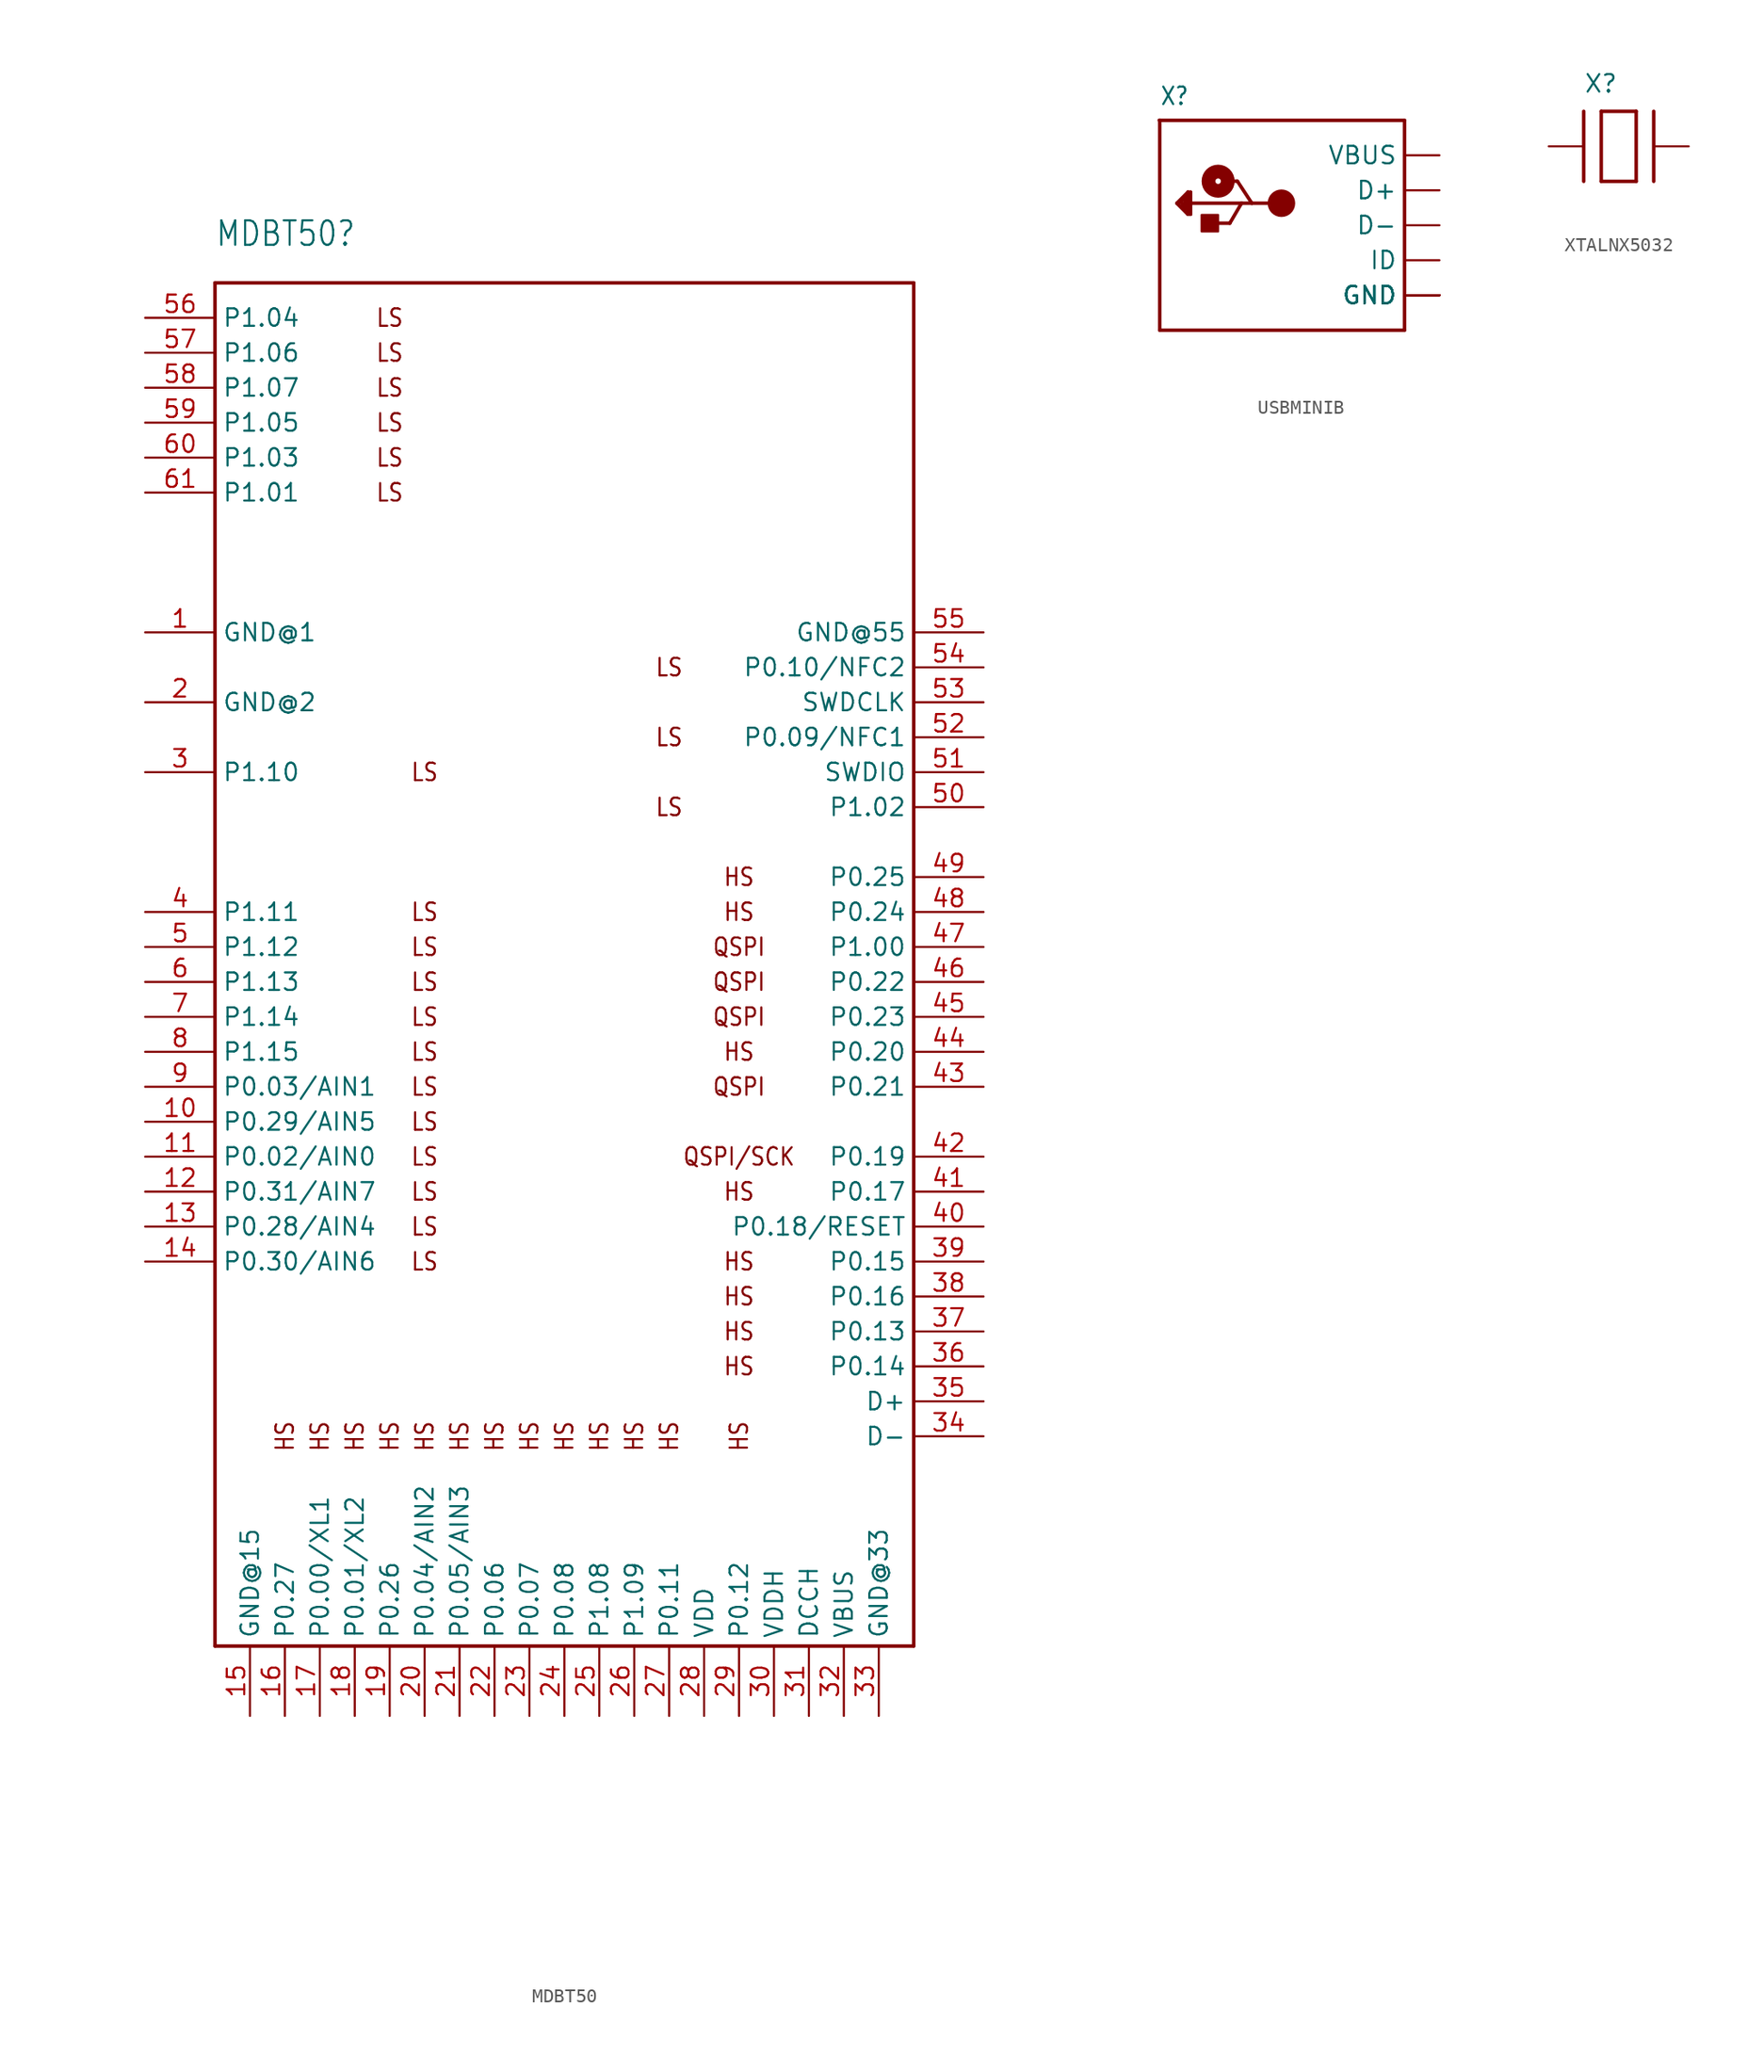
<source format=kicad_sym>
(kicad_symbol_lib
  (version 20220914)
  (generator kicad_symbol_editor)
  (symbol "MDBT50"
    (property "Reference" "MDBT50"
      (at -25.4 50.8 0)
      (effects (font (size 1.778 1.511)) (justify left bottom)))
    (property "Value" ""
      (at -25.4 -63.5 0)
      (effects (font (size 1.778 1.511)) (justify left bottom)))
    (property "ki_locked" ""
      (at 0 0 0)
      (effects (font (size 1.27 1.27))))
    (symbol "MDBT50_1_0"
      (polyline (pts (xy -25.4 -50.8) (xy 25.4 -50.8)) (stroke (width 0.254) (type solid)) (fill (type none)))
      (polyline (pts (xy -25.4 48.26) (xy -25.4 -50.8)) (stroke (width 0.254) (type solid)) (fill (type none)))
      (polyline (pts (xy 25.4 -50.8) (xy 25.4 48.26)) (stroke (width 0.254) (type solid)) (fill (type none)))
      (polyline (pts (xy 25.4 48.26) (xy -25.4 48.26)) (stroke (width 0.254) (type solid)) (fill (type none)))
      (text "HS" (at -20.32 -35.56 900) (effects (font (size 1.27 1.079))))
      (text "HS" (at -17.78 -35.56 900) (effects (font (size 1.27 1.079))))
      (text "HS" (at -15.24 -35.56 900) (effects (font (size 1.27 1.079))))
      (text "HS" (at -12.7 -35.56 900) (effects (font (size 1.27 1.079))))
      (text "HS" (at -10.16 -35.56 900) (effects (font (size 1.27 1.079))))
      (text "HS" (at -7.62 -35.56 900) (effects (font (size 1.27 1.079))))
      (text "HS" (at -5.08 -35.56 900) (effects (font (size 1.27 1.079))))
      (text "HS" (at -2.54 -35.56 900) (effects (font (size 1.27 1.079))))
      (text "HS" (at 0 -35.56 900) (effects (font (size 1.27 1.079))))
      (text "HS" (at 2.54 -35.56 900) (effects (font (size 1.27 1.079))))
      (text "HS" (at 5.08 -35.56 900) (effects (font (size 1.27 1.079))))
      (text "HS" (at 7.62 -35.56 900) (effects (font (size 1.27 1.079))))
      (text "HS" (at 12.7 -35.56 900) (effects (font (size 1.27 1.079))))
      (text "HS" (at 12.7 -30.48 0) (effects (font (size 1.27 1.079))))
      (text "HS" (at 12.7 -27.94 0) (effects (font (size 1.27 1.079))))
      (text "HS" (at 12.7 -25.4 0) (effects (font (size 1.27 1.079))))
      (text "HS" (at 12.7 -22.86 0) (effects (font (size 1.27 1.079))))
      (text "HS" (at 12.7 -17.78 0) (effects (font (size 1.27 1.079))))
      (text "HS" (at 12.7 -7.62 0) (effects (font (size 1.27 1.079))))
      (text "HS" (at 12.7 2.54 0) (effects (font (size 1.27 1.079))))
      (text "HS" (at 12.7 5.08 0) (effects (font (size 1.27 1.079))))
      (text "LS" (at -12.7 33.02 0) (effects (font (size 1.27 1.079))))
      (text "LS" (at -12.7 35.56 0) (effects (font (size 1.27 1.079))))
      (text "LS" (at -12.7 38.1 0) (effects (font (size 1.27 1.079))))
      (text "LS" (at -12.7 40.64 0) (effects (font (size 1.27 1.079))))
      (text "LS" (at -12.7 43.18 0) (effects (font (size 1.27 1.079))))
      (text "LS" (at -12.7 45.72 0) (effects (font (size 1.27 1.079))))
      (text "LS" (at -10.16 -22.86 0) (effects (font (size 1.27 1.079))))
      (text "LS" (at -10.16 -20.32 0) (effects (font (size 1.27 1.079))))
      (text "LS" (at -10.16 -17.78 0) (effects (font (size 1.27 1.079))))
      (text "LS" (at -10.16 -15.24 0) (effects (font (size 1.27 1.079))))
      (text "LS" (at -10.16 -12.7 0) (effects (font (size 1.27 1.079))))
      (text "LS" (at -10.16 -10.16 0) (effects (font (size 1.27 1.079))))
      (text "LS" (at -10.16 -7.62 0) (effects (font (size 1.27 1.079))))
      (text "LS" (at -10.16 -5.08 0) (effects (font (size 1.27 1.079))))
      (text "LS" (at -10.16 -2.54 0) (effects (font (size 1.27 1.079))))
      (text "LS" (at -10.16 0 0) (effects (font (size 1.27 1.079))))
      (text "LS" (at -10.16 2.54 0) (effects (font (size 1.27 1.079))))
      (text "LS" (at -10.16 12.7 0) (effects (font (size 1.27 1.079))))
      (text "LS" (at 7.62 10.16 0) (effects (font (size 1.27 1.079))))
      (text "LS" (at 7.62 15.24 0) (effects (font (size 1.27 1.079))))
      (text "LS" (at 7.62 20.32 0) (effects (font (size 1.27 1.079))))
      (text "QSPI" (at 12.7 -10.16 0) (effects (font (size 1.27 1.079))))
      (text "QSPI" (at 12.7 -5.08 0) (effects (font (size 1.27 1.079))))
      (text "QSPI" (at 12.7 -2.54 0) (effects (font (size 1.27 1.079))))
      (text "QSPI" (at 12.7 0 0) (effects (font (size 1.27 1.079))))
      (text "QSPI/SCK" (at 12.7 -15.24 0) (effects (font (size 1.27 1.079))))
      (pin bidirectional line (at -30.48 22.86 0) (length 5.08) (name "GND@1" (effects (font (size 1.27 1.27)))) (number "1" (effects (font (size 1.27 1.27)))))
      (pin bidirectional line (at -30.48 -12.7 0) (length 5.08) (name "P0.29/AIN5" (effects (font (size 1.27 1.27)))) (number "10" (effects (font (size 1.27 1.27)))))
      (pin bidirectional line (at -30.48 -15.24 0) (length 5.08) (name "P0.02/AIN0" (effects (font (size 1.27 1.27)))) (number "11" (effects (font (size 1.27 1.27)))))
      (pin bidirectional line (at -30.48 -17.78 0) (length 5.08) (name "P0.31/AIN7" (effects (font (size 1.27 1.27)))) (number "12" (effects (font (size 1.27 1.27)))))
      (pin bidirectional line (at -30.48 -20.32 0) (length 5.08) (name "P0.28/AIN4" (effects (font (size 1.27 1.27)))) (number "13" (effects (font (size 1.27 1.27)))))
      (pin bidirectional line (at -30.48 -22.86 0) (length 5.08) (name "P0.30/AIN6" (effects (font (size 1.27 1.27)))) (number "14" (effects (font (size 1.27 1.27)))))
      (pin bidirectional line (at -22.86 -55.88 90) (length 5.08) (name "GND@15" (effects (font (size 1.27 1.27)))) (number "15" (effects (font (size 1.27 1.27)))))
      (pin bidirectional line (at -20.32 -55.88 90) (length 5.08) (name "P0.27" (effects (font (size 1.27 1.27)))) (number "16" (effects (font (size 1.27 1.27)))))
      (pin bidirectional line (at -17.78 -55.88 90) (length 5.08) (name "P0.00/XL1" (effects (font (size 1.27 1.27)))) (number "17" (effects (font (size 1.27 1.27)))))
      (pin bidirectional line (at -15.24 -55.88 90) (length 5.08) (name "P0.01/XL2" (effects (font (size 1.27 1.27)))) (number "18" (effects (font (size 1.27 1.27)))))
      (pin bidirectional line (at -12.7 -55.88 90) (length 5.08) (name "P0.26" (effects (font (size 1.27 1.27)))) (number "19" (effects (font (size 1.27 1.27)))))
      (pin bidirectional line (at -30.48 17.78 0) (length 5.08) (name "GND@2" (effects (font (size 1.27 1.27)))) (number "2" (effects (font (size 1.27 1.27)))))
      (pin bidirectional line (at -10.16 -55.88 90) (length 5.08) (name "P0.04/AIN2" (effects (font (size 1.27 1.27)))) (number "20" (effects (font (size 1.27 1.27)))))
      (pin bidirectional line (at -7.62 -55.88 90) (length 5.08) (name "P0.05/AIN3" (effects (font (size 1.27 1.27)))) (number "21" (effects (font (size 1.27 1.27)))))
      (pin bidirectional line (at -5.08 -55.88 90) (length 5.08) (name "P0.06" (effects (font (size 1.27 1.27)))) (number "22" (effects (font (size 1.27 1.27)))))
      (pin bidirectional line (at -2.54 -55.88 90) (length 5.08) (name "P0.07" (effects (font (size 1.27 1.27)))) (number "23" (effects (font (size 1.27 1.27)))))
      (pin bidirectional line (at 0 -55.88 90) (length 5.08) (name "P0.08" (effects (font (size 1.27 1.27)))) (number "24" (effects (font (size 1.27 1.27)))))
      (pin bidirectional line (at 2.54 -55.88 90) (length 5.08) (name "P1.08" (effects (font (size 1.27 1.27)))) (number "25" (effects (font (size 1.27 1.27)))))
      (pin bidirectional line (at 5.08 -55.88 90) (length 5.08) (name "P1.09" (effects (font (size 1.27 1.27)))) (number "26" (effects (font (size 1.27 1.27)))))
      (pin bidirectional line (at 7.62 -55.88 90) (length 5.08) (name "P0.11" (effects (font (size 1.27 1.27)))) (number "27" (effects (font (size 1.27 1.27)))))
      (pin bidirectional line (at 10.16 -55.88 90) (length 5.08) (name "VDD" (effects (font (size 1.27 1.27)))) (number "28" (effects (font (size 1.27 1.27)))))
      (pin bidirectional line (at 12.7 -55.88 90) (length 5.08) (name "P0.12" (effects (font (size 1.27 1.27)))) (number "29" (effects (font (size 1.27 1.27)))))
      (pin bidirectional line (at -30.48 12.7 0) (length 5.08) (name "P1.10" (effects (font (size 1.27 1.27)))) (number "3" (effects (font (size 1.27 1.27)))))
      (pin bidirectional line (at 15.24 -55.88 90) (length 5.08) (name "VDDH" (effects (font (size 1.27 1.27)))) (number "30" (effects (font (size 1.27 1.27)))))
      (pin bidirectional line (at 17.78 -55.88 90) (length 5.08) (name "DCCH" (effects (font (size 1.27 1.27)))) (number "31" (effects (font (size 1.27 1.27)))))
      (pin bidirectional line (at 20.32 -55.88 90) (length 5.08) (name "VBUS" (effects (font (size 1.27 1.27)))) (number "32" (effects (font (size 1.27 1.27)))))
      (pin bidirectional line (at 22.86 -55.88 90) (length 5.08) (name "GND@33" (effects (font (size 1.27 1.27)))) (number "33" (effects (font (size 1.27 1.27)))))
      (pin bidirectional line (at 30.48 -35.56 180) (length 5.08) (name "D-" (effects (font (size 1.27 1.27)))) (number "34" (effects (font (size 1.27 1.27)))))
      (pin bidirectional line (at 30.48 -33.02 180) (length 5.08) (name "D+" (effects (font (size 1.27 1.27)))) (number "35" (effects (font (size 1.27 1.27)))))
      (pin bidirectional line (at 30.48 -30.48 180) (length 5.08) (name "P0.14" (effects (font (size 1.27 1.27)))) (number "36" (effects (font (size 1.27 1.27)))))
      (pin bidirectional line (at 30.48 -27.94 180) (length 5.08) (name "P0.13" (effects (font (size 1.27 1.27)))) (number "37" (effects (font (size 1.27 1.27)))))
      (pin bidirectional line (at 30.48 -25.4 180) (length 5.08) (name "P0.16" (effects (font (size 1.27 1.27)))) (number "38" (effects (font (size 1.27 1.27)))))
      (pin bidirectional line (at 30.48 -22.86 180) (length 5.08) (name "P0.15" (effects (font (size 1.27 1.27)))) (number "39" (effects (font (size 1.27 1.27)))))
      (pin bidirectional line (at -30.48 2.54 0) (length 5.08) (name "P1.11" (effects (font (size 1.27 1.27)))) (number "4" (effects (font (size 1.27 1.27)))))
      (pin bidirectional line (at 30.48 -20.32 180) (length 5.08) (name "P0.18/RESET" (effects (font (size 1.27 1.27)))) (number "40" (effects (font (size 1.27 1.27)))))
      (pin bidirectional line (at 30.48 -17.78 180) (length 5.08) (name "P0.17" (effects (font (size 1.27 1.27)))) (number "41" (effects (font (size 1.27 1.27)))))
      (pin bidirectional line (at 30.48 -15.24 180) (length 5.08) (name "P0.19" (effects (font (size 1.27 1.27)))) (number "42" (effects (font (size 1.27 1.27)))))
      (pin bidirectional line (at 30.48 -10.16 180) (length 5.08) (name "P0.21" (effects (font (size 1.27 1.27)))) (number "43" (effects (font (size 1.27 1.27)))))
      (pin bidirectional line (at 30.48 -7.62 180) (length 5.08) (name "P0.20" (effects (font (size 1.27 1.27)))) (number "44" (effects (font (size 1.27 1.27)))))
      (pin bidirectional line (at 30.48 -5.08 180) (length 5.08) (name "P0.23" (effects (font (size 1.27 1.27)))) (number "45" (effects (font (size 1.27 1.27)))))
      (pin bidirectional line (at 30.48 -2.54 180) (length 5.08) (name "P0.22" (effects (font (size 1.27 1.27)))) (number "46" (effects (font (size 1.27 1.27)))))
      (pin bidirectional line (at 30.48 0 180) (length 5.08) (name "P1.00" (effects (font (size 1.27 1.27)))) (number "47" (effects (font (size 1.27 1.27)))))
      (pin bidirectional line (at 30.48 2.54 180) (length 5.08) (name "P0.24" (effects (font (size 1.27 1.27)))) (number "48" (effects (font (size 1.27 1.27)))))
      (pin bidirectional line (at 30.48 5.08 180) (length 5.08) (name "P0.25" (effects (font (size 1.27 1.27)))) (number "49" (effects (font (size 1.27 1.27)))))
      (pin bidirectional line (at -30.48 0 0) (length 5.08) (name "P1.12" (effects (font (size 1.27 1.27)))) (number "5" (effects (font (size 1.27 1.27)))))
      (pin bidirectional line (at 30.48 10.16 180) (length 5.08) (name "P1.02" (effects (font (size 1.27 1.27)))) (number "50" (effects (font (size 1.27 1.27)))))
      (pin bidirectional line (at 30.48 12.7 180) (length 5.08) (name "SWDIO" (effects (font (size 1.27 1.27)))) (number "51" (effects (font (size 1.27 1.27)))))
      (pin bidirectional line (at 30.48 15.24 180) (length 5.08) (name "P0.09/NFC1" (effects (font (size 1.27 1.27)))) (number "52" (effects (font (size 1.27 1.27)))))
      (pin bidirectional line (at 30.48 17.78 180) (length 5.08) (name "SWDCLK" (effects (font (size 1.27 1.27)))) (number "53" (effects (font (size 1.27 1.27)))))
      (pin bidirectional line (at 30.48 20.32 180) (length 5.08) (name "P0.10/NFC2" (effects (font (size 1.27 1.27)))) (number "54" (effects (font (size 1.27 1.27)))))
      (pin bidirectional line (at 30.48 22.86 180) (length 5.08) (name "GND@55" (effects (font (size 1.27 1.27)))) (number "55" (effects (font (size 1.27 1.27)))))
      (pin bidirectional line (at -30.48 45.72 0) (length 5.08) (name "P1.04" (effects (font (size 1.27 1.27)))) (number "56" (effects (font (size 1.27 1.27)))))
      (pin bidirectional line (at -30.48 43.18 0) (length 5.08) (name "P1.06" (effects (font (size 1.27 1.27)))) (number "57" (effects (font (size 1.27 1.27)))))
      (pin bidirectional line (at -30.48 40.64 0) (length 5.08) (name "P1.07" (effects (font (size 1.27 1.27)))) (number "58" (effects (font (size 1.27 1.27)))))
      (pin bidirectional line (at -30.48 38.1 0) (length 5.08) (name "P1.05" (effects (font (size 1.27 1.27)))) (number "59" (effects (font (size 1.27 1.27)))))
      (pin bidirectional line (at -30.48 -2.54 0) (length 5.08) (name "P1.13" (effects (font (size 1.27 1.27)))) (number "6" (effects (font (size 1.27 1.27)))))
      (pin bidirectional line (at -30.48 35.56 0) (length 5.08) (name "P1.03" (effects (font (size 1.27 1.27)))) (number "60" (effects (font (size 1.27 1.27)))))
      (pin bidirectional line (at -30.48 33.02 0) (length 5.08) (name "P1.01" (effects (font (size 1.27 1.27)))) (number "61" (effects (font (size 1.27 1.27)))))
      (pin bidirectional line (at -30.48 -5.08 0) (length 5.08) (name "P1.14" (effects (font (size 1.27 1.27)))) (number "7" (effects (font (size 1.27 1.27)))))
      (pin bidirectional line (at -30.48 -7.62 0) (length 5.08) (name "P1.15" (effects (font (size 1.27 1.27)))) (number "8" (effects (font (size 1.27 1.27)))))
      (pin bidirectional line (at -30.48 -10.16 0) (length 5.08) (name "P0.03/AIN1" (effects (font (size 1.27 1.27)))) (number "9" (effects (font (size 1.27 1.27)))))))
  (symbol "USBMINIB"
    (property "Reference" "X"
      (at -10.16 8.636 0)
      (effects (font (size 1.27 1.079)) (justify left bottom)))
    (property "Value" ""
      (at -10.16 -10.16 0)
      (effects (font (size 1.27 1.079)) (justify left bottom)))
    (property "ki_locked" ""
      (at 0 0 0)
      (effects (font (size 1.27 1.27))))
    (symbol "USBMINIB_1_0"
      (rectangle (start -7.12 -0.45) (end -5.92 0.75) (stroke (width 0) (type default)) (fill (type outline)))
      (circle (center -5.92 3.2) (radius 0.2) (stroke (width 1) (type solid)) (fill (type none)))
      (circle (center -1.32 1.6) (radius 0.5) (stroke (width 1) (type solid)) (fill (type none)))
      (polyline (pts (xy -10.2 7.62) (xy -10.16 7.62)) (stroke (width 0.254) (type solid)) (fill (type none)))
      (polyline (pts (xy -10.16 -7.62) (xy 7.62 -7.62)) (stroke (width 0.254) (type solid)) (fill (type none)))
      (polyline (pts (xy -10.16 7.62) (xy -10.16 -7.62)) (stroke (width 0.254) (type solid)) (fill (type none)))
      (polyline (pts (xy -10.16 7.62) (xy 7.62 7.62)) (stroke (width 0.254) (type solid)) (fill (type none)))
      (polyline (pts (xy -8.92 1.6) (xy -8.12 2.4)) (stroke (width 0.254) (type solid)) (fill (type none)))
      (polyline (pts (xy -8.52 1.4) (xy -8.32 1.2)) (stroke (width 0.254) (type solid)) (fill (type none)))
      (polyline (pts (xy -8.52 1.6) (xy -8.52 1.4)) (stroke (width 0.254) (type solid)) (fill (type none)))
      (polyline (pts (xy -8.32 1.2) (xy -8.32 2)) (stroke (width 0.254) (type solid)) (fill (type none)))
      (polyline (pts (xy -8.32 2) (xy -8.72 1.6)) (stroke (width 0.254) (type solid)) (fill (type none)))
      (polyline (pts (xy -8.12 0.8) (xy -8.92 1.6)) (stroke (width 0.254) (type solid)) (fill (type none)))
      (polyline (pts (xy -8.12 1) (xy -8.12 2.4)) (stroke (width 0.254) (type solid)) (fill (type none)))
      (polyline (pts (xy -8.12 2.4) (xy -7.92 2.4)) (stroke (width 0.254) (type solid)) (fill (type none)))
      (polyline (pts (xy -7.92 0.8) (xy -8.12 0.8)) (stroke (width 0.254) (type solid)) (fill (type none)))
      (polyline (pts (xy -7.92 1.6) (xy -7.92 0.8)) (stroke (width 0.254) (type solid)) (fill (type none)))
      (polyline (pts (xy -7.92 2.4) (xy -7.92 1.6)) (stroke (width 0.254) (type solid)) (fill (type none)))
      (polyline (pts (xy -6.27 0.15) (xy -5.07 0.15)) (stroke (width 0.254) (type solid)) (fill (type none)))
      (polyline (pts (xy -5.52 3.2) (xy -4.52 3.2)) (stroke (width 0.254) (type solid)) (fill (type none)))
      (polyline (pts (xy -5.07 0.15) (xy -4.22 1.6)) (stroke (width 0.254) (type solid)) (fill (type none)))
      (polyline (pts (xy -4.52 3.2) (xy -3.47 1.6)) (stroke (width 0.254) (type solid)) (fill (type none)))
      (polyline (pts (xy -4.22 1.6) (xy -7.92 1.6)) (stroke (width 0.254) (type solid)) (fill (type none)))
      (polyline (pts (xy -3.47 1.6) (xy -4.22 1.6)) (stroke (width 0.254) (type solid)) (fill (type none)))
      (polyline (pts (xy -1.32 1.6) (xy -3.47 1.6)) (stroke (width 0.254) (type solid)) (fill (type none)))
      (polyline (pts (xy 7.62 7.62) (xy 7.62 -7.62)) (stroke (width 0.254) (type solid)) (fill (type none)))
      (pin bidirectional line (at 10.16 2.54 180) (length 2.54) (name "D+" (effects (font (size 1.27 1.27)))) (number "D+" (effects (font (size 0 0)))))
      (pin bidirectional line (at 10.16 0 180) (length 2.54) (name "D-" (effects (font (size 1.27 1.27)))) (number "D-" (effects (font (size 0 0)))))
      (pin power_in line (at 10.16 -5.08 180) (length 2.54) (name "GND" (effects (font (size 1.27 1.27)))) (number "GND" (effects (font (size 0 0)))))
      (pin power_in line (at 10.16 -5.08 180) (length 2.54) (name "GND" (effects (font (size 1.27 1.27)))) (number "GND1" (effects (font (size 0 0)))))
      (pin power_in line (at 10.16 -5.08 180) (length 2.54) (name "GND" (effects (font (size 1.27 1.27)))) (number "GND2" (effects (font (size 0 0)))))
      (pin power_in line (at 10.16 -5.08 180) (length 2.54) (name "GND" (effects (font (size 1.27 1.27)))) (number "GND3" (effects (font (size 0 0)))))
      (pin power_in line (at 10.16 -5.08 180) (length 2.54) (name "GND" (effects (font (size 1.27 1.27)))) (number "GND4" (effects (font (size 0 0)))))
      (pin bidirectional line (at 10.16 -2.54 180) (length 2.54) (name "ID" (effects (font (size 1.27 1.27)))) (number "ID" (effects (font (size 0 0)))))
      (pin power_in line (at 10.16 5.08 180) (length 2.54) (name "VBUS" (effects (font (size 1.27 1.27)))) (number "VBUS" (effects (font (size 0 0)))))))
  (symbol "XTALNX5032"
    (property "Reference" "X"
      (at -2.54 3.81 0)
      (effects (font (size 1.27 1.27)) (justify left bottom)))
    (property "Value" ""
      (at -3.81 -5.08 0)
      (effects (font (size 1.27 1.27)) (justify left bottom)))
    (property "ki_locked" ""
      (at 0 0 0)
      (effects (font (size 1.27 1.27))))
    (symbol "XTALNX5032_1_0"
      (polyline (pts (xy -2.54 2.54) (xy -2.54 -2.54)) (stroke (width 0.254) (type solid)) (fill (type none)))
      (polyline (pts (xy -1.27 -2.54) (xy 1.27 -2.54)) (stroke (width 0.254) (type solid)) (fill (type none)))
      (polyline (pts (xy -1.27 2.54) (xy -1.27 -2.54)) (stroke (width 0.254) (type solid)) (fill (type none)))
      (polyline (pts (xy 1.27 -2.54) (xy 1.27 2.54)) (stroke (width 0.254) (type solid)) (fill (type none)))
      (polyline (pts (xy 1.27 2.54) (xy -1.27 2.54)) (stroke (width 0.254) (type solid)) (fill (type none)))
      (polyline (pts (xy 2.54 2.54) (xy 2.54 -2.54)) (stroke (width 0.254) (type solid)) (fill (type none)))
      (pin bidirectional line (at -5.08 0 0) (length 2.54) (name "P$1" (effects (font (size 0 0)))) (number "P$1" (effects (font (size 0 0)))))
      (pin bidirectional line (at 5.08 0 180) (length 2.54) (name "P$2" (effects (font (size 0 0)))) (number "P$2" (effects (font (size 0 0))))))))
</source>
